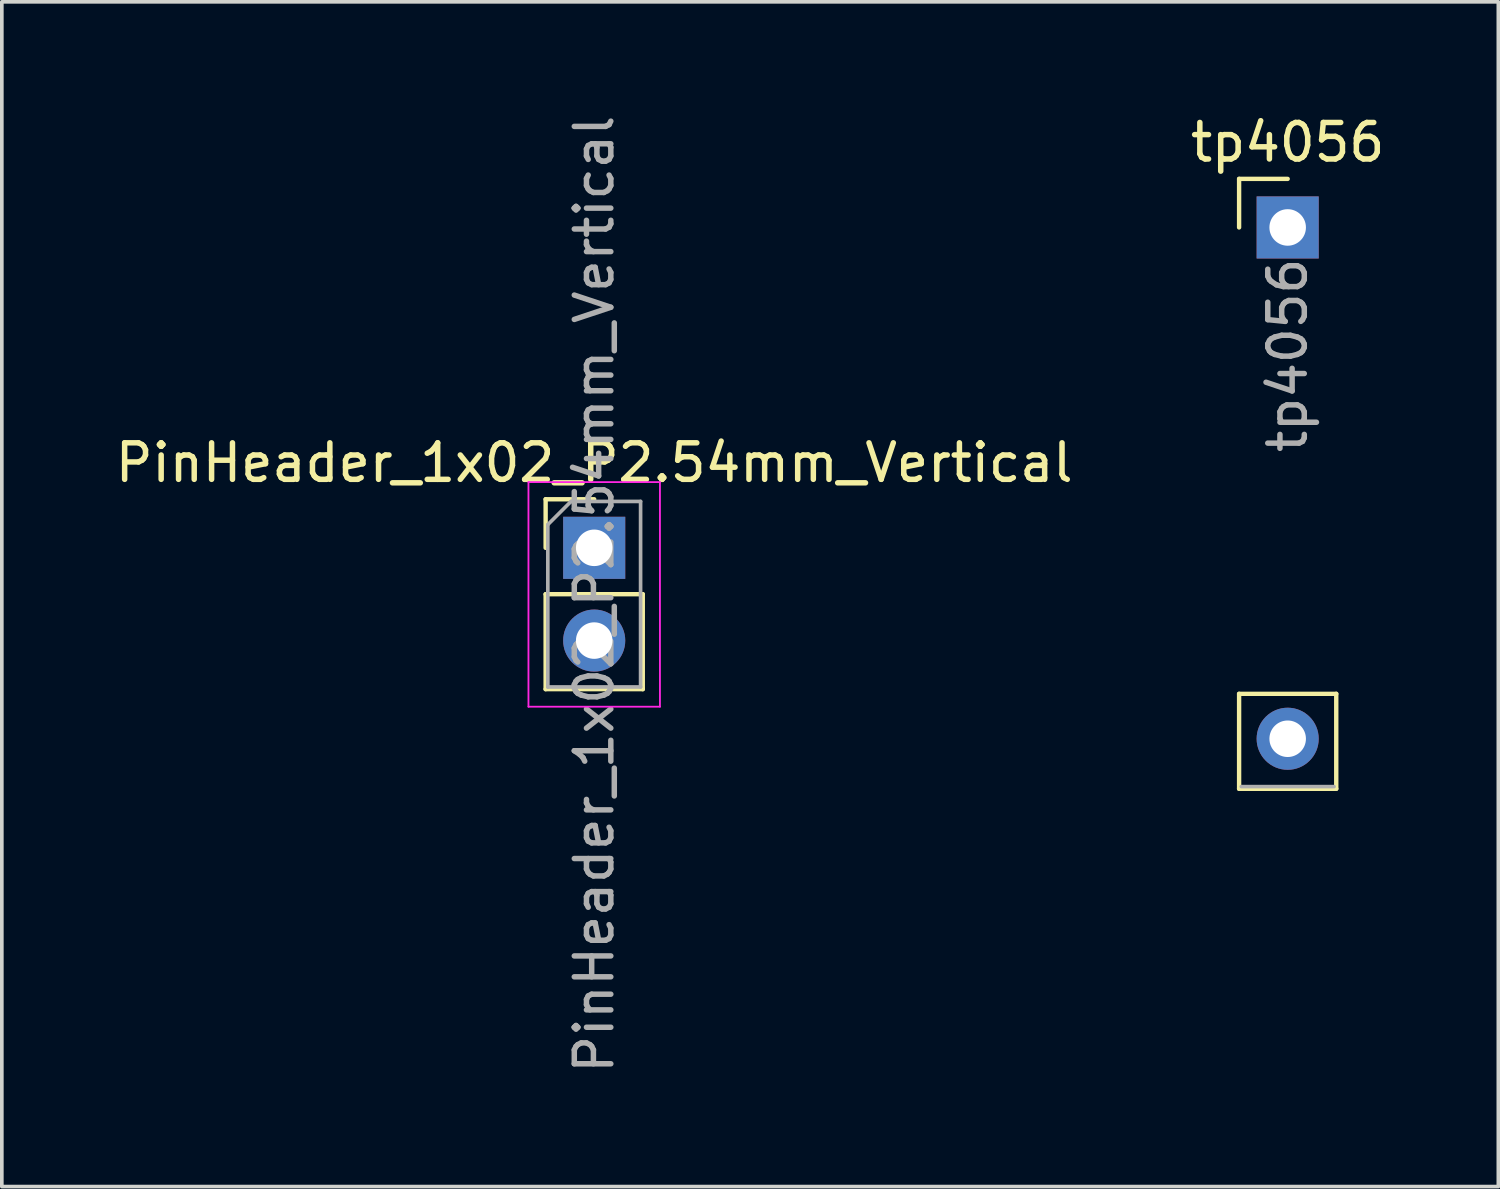
<source format=kicad_pcb>
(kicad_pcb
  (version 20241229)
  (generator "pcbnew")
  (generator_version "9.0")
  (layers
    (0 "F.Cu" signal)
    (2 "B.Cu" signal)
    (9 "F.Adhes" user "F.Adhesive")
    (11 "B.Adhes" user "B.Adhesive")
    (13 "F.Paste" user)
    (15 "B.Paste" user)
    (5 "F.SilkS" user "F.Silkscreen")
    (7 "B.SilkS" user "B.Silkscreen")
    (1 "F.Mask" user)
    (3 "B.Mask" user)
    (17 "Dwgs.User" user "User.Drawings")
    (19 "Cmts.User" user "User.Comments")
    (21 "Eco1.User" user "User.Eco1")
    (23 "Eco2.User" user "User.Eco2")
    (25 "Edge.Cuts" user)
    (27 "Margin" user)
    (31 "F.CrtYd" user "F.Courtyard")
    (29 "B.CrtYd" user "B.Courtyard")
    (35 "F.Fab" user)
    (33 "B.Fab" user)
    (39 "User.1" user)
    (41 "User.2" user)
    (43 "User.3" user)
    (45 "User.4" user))
  (footprint "tp4056"
    (layer "F.Cu")
    (at 32.208 3.178)
    (property "Reference" "tp4056" (at 0 -2.33 0) (layer "F.SilkS") (effects (font (size 1 1) (thickness 0.15))))
    (attr through_hole)
    (fp_line (start -1.33 -1.33) (end 0 -1.33) (stroke (width 0.12) (type solid)) (layer "F.SilkS"))
    (fp_line (start -1.33 0) (end -1.33 -1.33) (stroke (width 0.12) (type solid)) (layer "F.SilkS"))
    (fp_line (start -1.33 12.77) (end -1.33 15.37) (stroke (width 0.12) (type solid)) (layer "F.SilkS"))
    (fp_line (start -1.33 12.77) (end 1.33 12.77) (stroke (width 0.12) (type solid)) (layer "F.SilkS"))
    (fp_line (start -1.33 15.37) (end 1.33 15.37) (stroke (width 0.12) (type solid)) (layer "F.SilkS"))
    (fp_line (start 1.33 12.77) (end 1.33 15.37) (stroke (width 0.12) (type solid)) (layer "F.SilkS"))
    (fp_line (start 1.27 15.31) (end -1.27 15.31) (stroke (width 0.1) (type solid)) (layer "F.Fab"))
    (fp_text user "${REFERENCE}" (at 0 3.5 270) (layer "F.Fab") (effects (font (size 1 1) (thickness 0.15))))
    (pad "1" thru_hole rect (at 0 0) (size 1.7 1.7) (drill 1) (layers "*.Cu" "*.Mask"))
    (pad "2" thru_hole oval (at 0 14) (size 1.7 1.7) (drill 1) (layers "*.Cu" "*.Mask")))
  (footprint "PinHeader_1x02_P2.54mm_Vertical"
    (layer "F.Cu")
    (at 13.22 11.95)
    (property "Reference" "PinHeader_1x02_P2.54mm_Vertical" (at 0 -2.33 0) (layer "F.SilkS") (effects (font (size 1 1) (thickness 0.15))))
    (attr through_hole)
    (fp_line (start -1.33 -1.33) (end 0 -1.33) (stroke (width 0.12) (type solid)) (layer "F.SilkS"))
    (fp_line (start -1.33 0) (end -1.33 -1.33) (stroke (width 0.12) (type solid)) (layer "F.SilkS"))
    (fp_line (start -1.33 1.27) (end -1.33 3.87) (stroke (width 0.12) (type solid)) (layer "F.SilkS"))
    (fp_line (start -1.33 1.27) (end 1.33 1.27) (stroke (width 0.12) (type solid)) (layer "F.SilkS"))
    (fp_line (start -1.33 3.87) (end 1.33 3.87) (stroke (width 0.12) (type solid)) (layer "F.SilkS"))
    (fp_line (start 1.33 1.27) (end 1.33 3.87) (stroke (width 0.12) (type solid)) (layer "F.SilkS"))
    (fp_line (start -1.8 -1.8) (end -1.8 4.35) (stroke (width 0.05) (type solid)) (layer "F.CrtYd"))
    (fp_line (start -1.8 4.35) (end 1.8 4.35) (stroke (width 0.05) (type solid)) (layer "F.CrtYd"))
    (fp_line (start 1.8 -1.8) (end -1.8 -1.8) (stroke (width 0.05) (type solid)) (layer "F.CrtYd"))
    (fp_line (start 1.8 4.35) (end 1.8 -1.8) (stroke (width 0.05) (type solid)) (layer "F.CrtYd"))
    (fp_line (start -1.27 -0.635) (end -0.635 -1.27) (stroke (width 0.1) (type solid)) (layer "F.Fab"))
    (fp_line (start -1.27 3.81) (end -1.27 -0.635) (stroke (width 0.1) (type solid)) (layer "F.Fab"))
    (fp_line (start -0.635 -1.27) (end 1.27 -1.27) (stroke (width 0.1) (type solid)) (layer "F.Fab"))
    (fp_line (start 1.27 -1.27) (end 1.27 3.81) (stroke (width 0.1) (type solid)) (layer "F.Fab"))
    (fp_line (start 1.27 3.81) (end -1.27 3.81) (stroke (width 0.1) (type solid)) (layer "F.Fab"))
    (fp_text user "${REFERENCE}" (at 0 1.27 90) (layer "F.Fab") (effects (font (size 1 1) (thickness 0.15))))
    (pad "1" thru_hole rect (at 0 0) (size 1.7 1.7) (drill 1) (layers "*.Cu" "*.Mask"))
    (pad "2" thru_hole oval (at 0 2.54) (size 1.7 1.7) (drill 1) (layers "*.Cu" "*.Mask")))
  (gr_rect
    (start -3 -3)
    (end 37.976 29.44)
    (stroke (width 0.1) (type default))
    (fill no)
    (layer "Edge.Cuts")))
</source>
